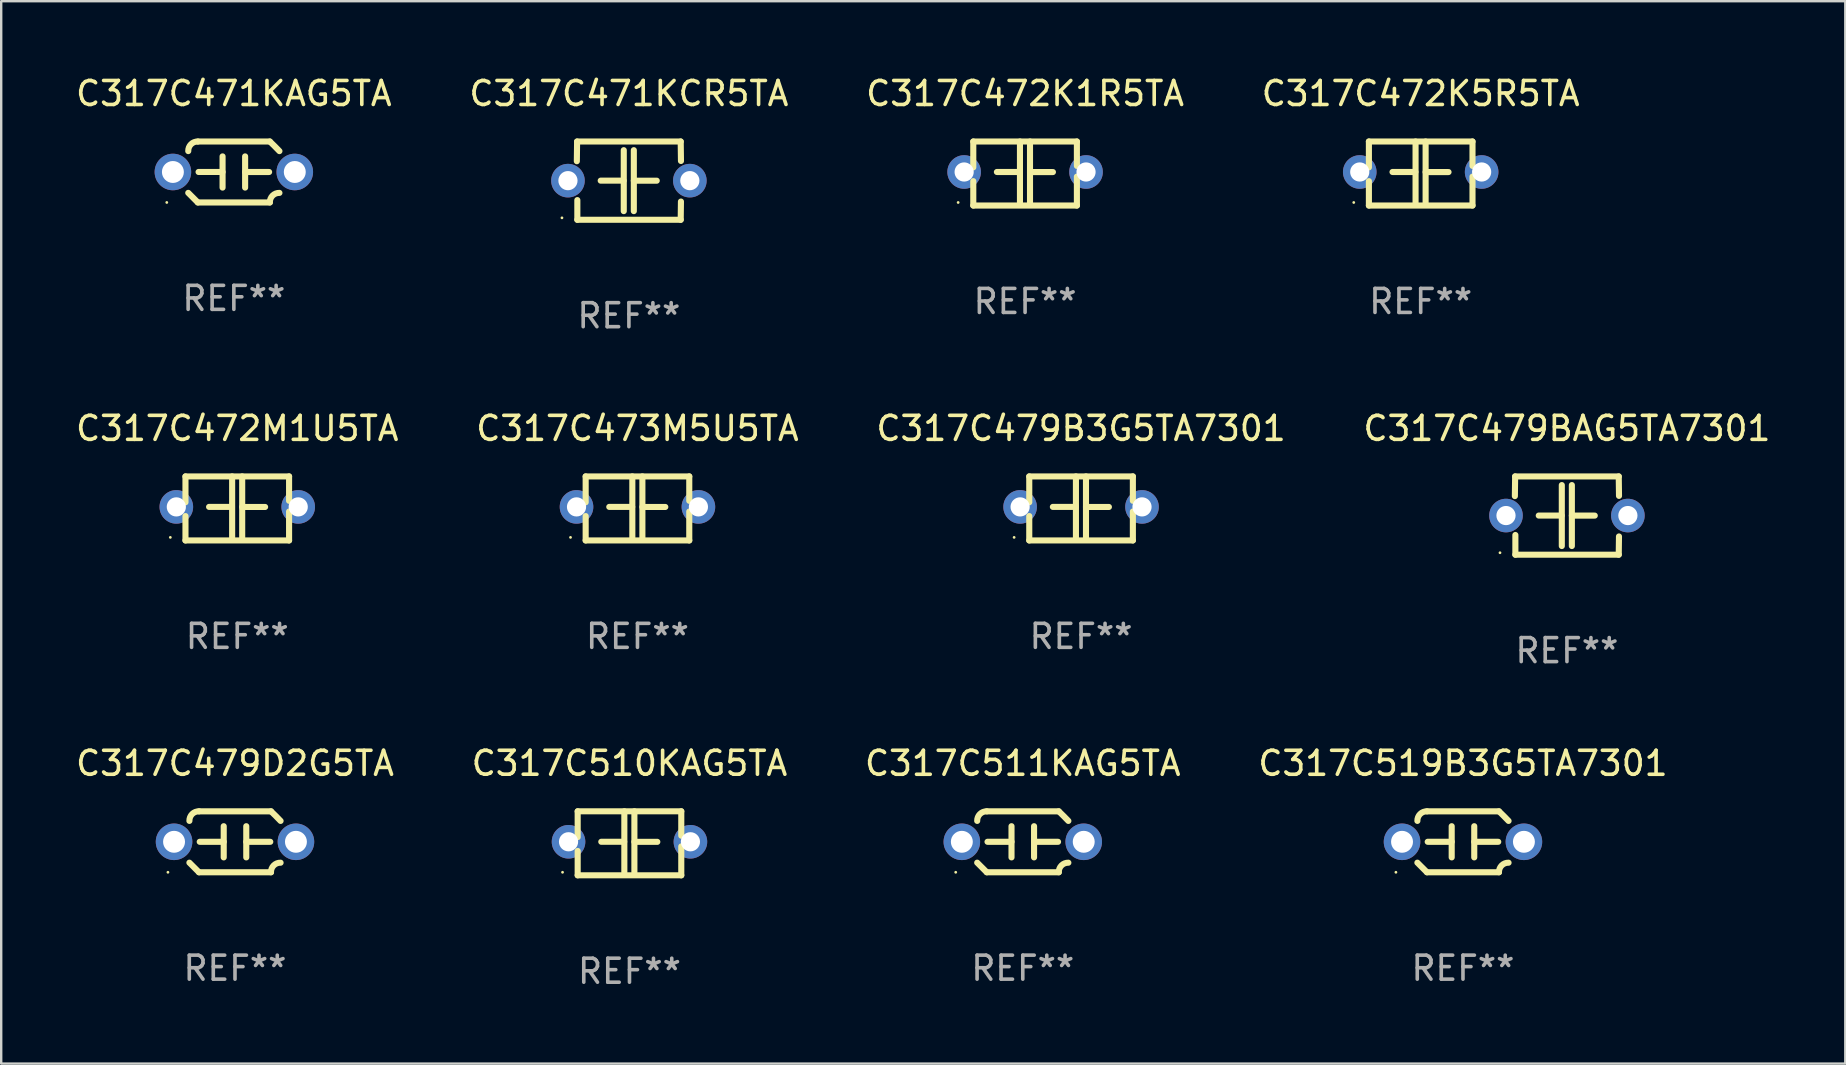
<source format=kicad_pcb>
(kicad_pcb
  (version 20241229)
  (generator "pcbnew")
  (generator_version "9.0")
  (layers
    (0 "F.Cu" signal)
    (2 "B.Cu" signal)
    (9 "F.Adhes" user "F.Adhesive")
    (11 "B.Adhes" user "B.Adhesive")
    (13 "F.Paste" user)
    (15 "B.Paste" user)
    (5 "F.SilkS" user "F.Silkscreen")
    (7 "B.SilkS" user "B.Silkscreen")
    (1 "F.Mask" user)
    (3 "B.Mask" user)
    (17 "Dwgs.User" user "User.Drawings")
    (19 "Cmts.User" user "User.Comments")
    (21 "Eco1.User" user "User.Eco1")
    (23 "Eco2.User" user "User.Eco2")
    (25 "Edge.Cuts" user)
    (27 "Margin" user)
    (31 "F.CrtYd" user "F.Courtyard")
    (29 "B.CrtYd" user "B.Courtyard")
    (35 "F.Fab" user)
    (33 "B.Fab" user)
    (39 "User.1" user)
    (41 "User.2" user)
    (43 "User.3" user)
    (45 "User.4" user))
  (footprint "C317C472K5R5TA"
    (layer "F.Cu")
    (at 56.161 4.182)
    (property "Reference" "C317C472K5R5TA" (at 0 -3.334 0) (layer "F.SilkS") (effects (font (size 1 1) (thickness 0.15))))
    (attr through_hole)
    (fp_line (start -2.159 -1.334) (end 2.159 -1.334) (stroke (width 0.254) (type solid)) (layer "F.SilkS"))
    (fp_line (start -2.159 -0.256) (end -2.159 -1.334) (stroke (width 0.254) (type solid)) (layer "F.SilkS"))
    (fp_line (start -2.159 1.334) (end -2.159 0.318) (stroke (width 0.254) (type solid)) (layer "F.SilkS"))
    (fp_line (start -0.22 -0.064) (end -1.175 -0.064) (stroke (width 0.254) (type solid)) (layer "F.SilkS"))
    (fp_line (start -0.214 -1.334) (end -0.214 1.207) (stroke (width 0.254) (type solid)) (layer "F.SilkS"))
    (fp_line (start 0.205 -1.334) (end 0.205 1.207) (stroke (width 0.254) (type solid)) (layer "F.SilkS"))
    (fp_line (start 0.205 -0.061) (end 1.16 -0.061) (stroke (width 0.254) (type solid)) (layer "F.SilkS"))
    (fp_line (start 2.159 -1.334) (end 2.159 -0.318) (stroke (width 0.254) (type solid)) (layer "F.SilkS"))
    (fp_line (start 2.159 0.129) (end 2.159 1.334) (stroke (width 0.254) (type solid)) (layer "F.SilkS"))
    (fp_line (start 2.159 1.334) (end -2.159 1.334) (stroke (width 0.254) (type solid)) (layer "F.SilkS"))
    (fp_circle (center -2.79 1.207) (end -2.76 1.207) (stroke (width 0.06) (type solid)) (fill no) (layer "F.SilkS"))
    (fp_text user "REF**" (at 0 5.334 0) (layer "F.Fab") (effects (font (size 1 1) (thickness 0.15))))
    (pad "1" thru_hole circle (at -2.54 -0.064) (size 1.4 1.4) (drill 0.8) (layers "*.Cu" "*.Mask"))
    (pad "2" thru_hole circle (at 2.54 -0.064) (size 1.4 1.4) (drill 0.8) (layers "*.Cu" "*.Mask")))
  (footprint "C317C471KAG5TA"
    (layer "F.Cu")
    (at 6.696 4.118)
    (property "Reference" "C317C471KAG5TA" (at 0 -3.27 0) (layer "F.SilkS") (effects (font (size 1 1) (thickness 0.15))))
    (attr through_hole)
    (fp_line (start -1.5 -1.27) (end 1.5 -1.27) (stroke (width 0.254) (type solid)) (layer "F.SilkS"))
    (fp_line (start -0.47 -0.65) (end -0.47 0.65) (stroke (width 0.254) (type solid)) (layer "F.SilkS"))
    (fp_line (start -0.47 -0.000381) (end -1.47 -0.000381) (stroke (width 0.254) (type solid)) (layer "F.SilkS"))
    (fp_line (start 0.47 0.000356) (end 1.47 0.000356) (stroke (width 0.254) (type solid)) (layer "F.SilkS"))
    (fp_line (start 0.47 0.65) (end 0.47 -0.65) (stroke (width 0.254) (type solid)) (layer "F.SilkS"))
    (fp_line (start 1.5 1.27) (end -1.5 1.27) (stroke (width 0.254) (type solid)) (layer "F.SilkS"))
    (fp_arc (start -1.899924 -0.871221) (mid -1.78599 -1.156887) (end -1.5 -1.270003) (stroke (width 0.254001) (type solid)) (layer "F.SilkS"))
    (fp_arc (start -1.501217 1.269929) (mid -1.700682 1.070039) (end -1.9 0.870003) (stroke (width 0.254001) (type solid)) (layer "F.SilkS"))
    (fp_arc (start 1.5 1.270003) (mid 1.614112 0.984517) (end 1.899923 0.871222) (stroke (width 0.254001) (type solid)) (layer "F.SilkS"))
    (fp_arc (start 1.501219 -1.269927) (mid 1.70319 -1.072538) (end 1.9 -0.870003) (stroke (width 0.254001) (type solid)) (layer "F.SilkS"))
    (fp_circle (center -2.795 1.27) (end -2.765 1.27) (stroke (width 0.06) (type solid)) (fill no) (layer "F.SilkS"))
    (fp_text user "REF**" (at 0 5.27 0) (layer "F.Fab") (effects (font (size 1 1) (thickness 0.15))))
    (pad "1" thru_hole circle (at -2.54 0) (size 1.524 1.524) (drill 0.914) (layers "*.Cu" "*.Mask"))
    (pad "2" thru_hole circle (at 2.54 0) (size 1.524 1.524) (drill 0.914) (layers "*.Cu" "*.Mask")))
  (footprint "C317C472M1U5TA"
    (layer "F.Cu")
    (at 6.839 18.14)
    (property "Reference" "C317C472M1U5TA" (at 0 -3.334 0) (layer "F.SilkS") (effects (font (size 1 1) (thickness 0.15))))
    (attr through_hole)
    (fp_line (start -2.159 -1.334) (end 2.159 -1.334) (stroke (width 0.254) (type solid)) (layer "F.SilkS"))
    (fp_line (start -2.159 -0.256) (end -2.159 -1.334) (stroke (width 0.254) (type solid)) (layer "F.SilkS"))
    (fp_line (start -2.159 1.334) (end -2.159 0.318) (stroke (width 0.254) (type solid)) (layer "F.SilkS"))
    (fp_line (start -0.22 -0.064) (end -1.175 -0.064) (stroke (width 0.254) (type solid)) (layer "F.SilkS"))
    (fp_line (start -0.214 -1.334) (end -0.214 1.207) (stroke (width 0.254) (type solid)) (layer "F.SilkS"))
    (fp_line (start 0.205 -1.334) (end 0.205 1.207) (stroke (width 0.254) (type solid)) (layer "F.SilkS"))
    (fp_line (start 0.205 -0.061) (end 1.16 -0.061) (stroke (width 0.254) (type solid)) (layer "F.SilkS"))
    (fp_line (start 2.159 -1.334) (end 2.159 -0.318) (stroke (width 0.254) (type solid)) (layer "F.SilkS"))
    (fp_line (start 2.159 0.129) (end 2.159 1.334) (stroke (width 0.254) (type solid)) (layer "F.SilkS"))
    (fp_line (start 2.159 1.334) (end -2.159 1.334) (stroke (width 0.254) (type solid)) (layer "F.SilkS"))
    (fp_circle (center -2.79 1.207) (end -2.76 1.207) (stroke (width 0.06) (type solid)) (fill no) (layer "F.SilkS"))
    (fp_text user "REF**" (at 0 5.334 0) (layer "F.Fab") (effects (font (size 1 1) (thickness 0.15))))
    (pad "1" thru_hole circle (at -2.54 -0.064) (size 1.4 1.4) (drill 0.8) (layers "*.Cu" "*.Mask"))
    (pad "2" thru_hole circle (at 2.54 -0.064) (size 1.4 1.4) (drill 0.8) (layers "*.Cu" "*.Mask")))
  (footprint "C317C479D2G5TA"
    (layer "F.Cu")
    (at 6.744 32.034)
    (property "Reference" "C317C479D2G5TA" (at 0 -3.27 0) (layer "F.SilkS") (effects (font (size 1 1) (thickness 0.15))))
    (attr through_hole)
    (fp_line (start -1.5 -1.27) (end 1.5 -1.27) (stroke (width 0.254) (type solid)) (layer "F.SilkS"))
    (fp_line (start -0.47 -0.65) (end -0.47 0.65) (stroke (width 0.254) (type solid)) (layer "F.SilkS"))
    (fp_line (start -0.47 -0.000381) (end -1.47 -0.000381) (stroke (width 0.254) (type solid)) (layer "F.SilkS"))
    (fp_line (start 0.47 0.000356) (end 1.47 0.000356) (stroke (width 0.254) (type solid)) (layer "F.SilkS"))
    (fp_line (start 0.47 0.65) (end 0.47 -0.65) (stroke (width 0.254) (type solid)) (layer "F.SilkS"))
    (fp_line (start 1.5 1.27) (end -1.5 1.27) (stroke (width 0.254) (type solid)) (layer "F.SilkS"))
    (fp_arc (start -1.899924 -0.871221) (mid -1.78599 -1.156887) (end -1.5 -1.270003) (stroke (width 0.254001) (type solid)) (layer "F.SilkS"))
    (fp_arc (start -1.501217 1.269929) (mid -1.700682 1.070039) (end -1.9 0.870003) (stroke (width 0.254001) (type solid)) (layer "F.SilkS"))
    (fp_arc (start 1.5 1.270003) (mid 1.614112 0.984517) (end 1.899923 0.871222) (stroke (width 0.254001) (type solid)) (layer "F.SilkS"))
    (fp_arc (start 1.501219 -1.269927) (mid 1.70319 -1.072538) (end 1.9 -0.870003) (stroke (width 0.254001) (type solid)) (layer "F.SilkS"))
    (fp_circle (center -2.795 1.27) (end -2.765 1.27) (stroke (width 0.06) (type solid)) (fill no) (layer "F.SilkS"))
    (fp_text user "REF**" (at 0 5.27 0) (layer "F.Fab") (effects (font (size 1 1) (thickness 0.15))))
    (pad "1" thru_hole circle (at -2.54 0) (size 1.524 1.524) (drill 0.914) (layers "*.Cu" "*.Mask"))
    (pad "2" thru_hole circle (at 2.54 0) (size 1.524 1.524) (drill 0.914) (layers "*.Cu" "*.Mask")))
  (footprint "C317C510KAG5TA"
    (layer "F.Cu")
    (at 23.185 32.097)
    (property "Reference" "C317C510KAG5TA" (at 0 -3.334 0) (layer "F.SilkS") (effects (font (size 1 1) (thickness 0.15))))
    (attr through_hole)
    (fp_line (start -2.159 -1.334) (end 2.159 -1.334) (stroke (width 0.254) (type solid)) (layer "F.SilkS"))
    (fp_line (start -2.159 -0.256) (end -2.159 -1.334) (stroke (width 0.254) (type solid)) (layer "F.SilkS"))
    (fp_line (start -2.159 1.334) (end -2.159 0.318) (stroke (width 0.254) (type solid)) (layer "F.SilkS"))
    (fp_line (start -0.22 -0.064) (end -1.175 -0.064) (stroke (width 0.254) (type solid)) (layer "F.SilkS"))
    (fp_line (start -0.214 -1.334) (end -0.214 1.207) (stroke (width 0.254) (type solid)) (layer "F.SilkS"))
    (fp_line (start 0.205 -1.334) (end 0.205 1.207) (stroke (width 0.254) (type solid)) (layer "F.SilkS"))
    (fp_line (start 0.205 -0.061) (end 1.16 -0.061) (stroke (width 0.254) (type solid)) (layer "F.SilkS"))
    (fp_line (start 2.159 -1.334) (end 2.159 -0.318) (stroke (width 0.254) (type solid)) (layer "F.SilkS"))
    (fp_line (start 2.159 0.129) (end 2.159 1.334) (stroke (width 0.254) (type solid)) (layer "F.SilkS"))
    (fp_line (start 2.159 1.334) (end -2.159 1.334) (stroke (width 0.254) (type solid)) (layer "F.SilkS"))
    (fp_circle (center -2.79 1.207) (end -2.76 1.207) (stroke (width 0.06) (type solid)) (fill no) (layer "F.SilkS"))
    (fp_text user "REF**" (at 0 5.334 0) (layer "F.Fab") (effects (font (size 1 1) (thickness 0.15))))
    (pad "1" thru_hole circle (at -2.54 -0.064) (size 1.4 1.4) (drill 0.8) (layers "*.Cu" "*.Mask"))
    (pad "2" thru_hole circle (at 2.54 -0.064) (size 1.4 1.4) (drill 0.8) (layers "*.Cu" "*.Mask")))
  (footprint "C317C473M5U5TA"
    (layer "F.Cu")
    (at 23.518 18.14)
    (property "Reference" "C317C473M5U5TA" (at 0 -3.334 0) (layer "F.SilkS") (effects (font (size 1 1) (thickness 0.15))))
    (attr through_hole)
    (fp_line (start -2.159 -1.334) (end 2.159 -1.334) (stroke (width 0.254) (type solid)) (layer "F.SilkS"))
    (fp_line (start -2.159 -0.256) (end -2.159 -1.334) (stroke (width 0.254) (type solid)) (layer "F.SilkS"))
    (fp_line (start -2.159 1.334) (end -2.159 0.318) (stroke (width 0.254) (type solid)) (layer "F.SilkS"))
    (fp_line (start -0.22 -0.064) (end -1.175 -0.064) (stroke (width 0.254) (type solid)) (layer "F.SilkS"))
    (fp_line (start -0.214 -1.334) (end -0.214 1.207) (stroke (width 0.254) (type solid)) (layer "F.SilkS"))
    (fp_line (start 0.205 -1.334) (end 0.205 1.207) (stroke (width 0.254) (type solid)) (layer "F.SilkS"))
    (fp_line (start 0.205 -0.061) (end 1.16 -0.061) (stroke (width 0.254) (type solid)) (layer "F.SilkS"))
    (fp_line (start 2.159 -1.334) (end 2.159 -0.318) (stroke (width 0.254) (type solid)) (layer "F.SilkS"))
    (fp_line (start 2.159 0.129) (end 2.159 1.334) (stroke (width 0.254) (type solid)) (layer "F.SilkS"))
    (fp_line (start 2.159 1.334) (end -2.159 1.334) (stroke (width 0.254) (type solid)) (layer "F.SilkS"))
    (fp_circle (center -2.79 1.207) (end -2.76 1.207) (stroke (width 0.06) (type solid)) (fill no) (layer "F.SilkS"))
    (fp_text user "REF**" (at 0 5.334 0) (layer "F.Fab") (effects (font (size 1 1) (thickness 0.15))))
    (pad "1" thru_hole circle (at -2.54 -0.064) (size 1.4 1.4) (drill 0.8) (layers "*.Cu" "*.Mask"))
    (pad "2" thru_hole circle (at 2.54 -0.064) (size 1.4 1.4) (drill 0.8) (layers "*.Cu" "*.Mask")))
  (footprint "C317C479B3G5TA7301"
    (layer "F.Cu")
    (at 42.006 18.14)
    (property "Reference" "C317C479B3G5TA7301" (at 0 -3.334 0) (layer "F.SilkS") (effects (font (size 1 1) (thickness 0.15))))
    (attr through_hole)
    (fp_line (start -2.159 -1.334) (end 2.159 -1.334) (stroke (width 0.254) (type solid)) (layer "F.SilkS"))
    (fp_line (start -2.159 -0.256) (end -2.159 -1.334) (stroke (width 0.254) (type solid)) (layer "F.SilkS"))
    (fp_line (start -2.159 1.334) (end -2.159 0.318) (stroke (width 0.254) (type solid)) (layer "F.SilkS"))
    (fp_line (start -0.22 -0.064) (end -1.175 -0.064) (stroke (width 0.254) (type solid)) (layer "F.SilkS"))
    (fp_line (start -0.214 -1.334) (end -0.214 1.207) (stroke (width 0.254) (type solid)) (layer "F.SilkS"))
    (fp_line (start 0.205 -1.334) (end 0.205 1.207) (stroke (width 0.254) (type solid)) (layer "F.SilkS"))
    (fp_line (start 0.205 -0.061) (end 1.16 -0.061) (stroke (width 0.254) (type solid)) (layer "F.SilkS"))
    (fp_line (start 2.159 -1.334) (end 2.159 -0.318) (stroke (width 0.254) (type solid)) (layer "F.SilkS"))
    (fp_line (start 2.159 0.129) (end 2.159 1.334) (stroke (width 0.254) (type solid)) (layer "F.SilkS"))
    (fp_line (start 2.159 1.334) (end -2.159 1.334) (stroke (width 0.254) (type solid)) (layer "F.SilkS"))
    (fp_circle (center -2.79 1.207) (end -2.76 1.207) (stroke (width 0.06) (type solid)) (fill no) (layer "F.SilkS"))
    (fp_text user "REF**" (at 0 5.334 0) (layer "F.Fab") (effects (font (size 1 1) (thickness 0.15))))
    (pad "1" thru_hole circle (at -2.54 -0.064) (size 1.4 1.4) (drill 0.8) (layers "*.Cu" "*.Mask"))
    (pad "2" thru_hole circle (at 2.54 -0.064) (size 1.4 1.4) (drill 0.8) (layers "*.Cu" "*.Mask")))
  (footprint "C317C519B3G5TA7301"
    (layer "F.Cu")
    (at 57.923 32.034)
    (property "Reference" "C317C519B3G5TA7301" (at 0 -3.27 0) (layer "F.SilkS") (effects (font (size 1 1) (thickness 0.15))))
    (attr through_hole)
    (fp_line (start -1.5 -1.27) (end 1.5 -1.27) (stroke (width 0.254) (type solid)) (layer "F.SilkS"))
    (fp_line (start -0.47 -0.65) (end -0.47 0.65) (stroke (width 0.254) (type solid)) (layer "F.SilkS"))
    (fp_line (start -0.47 -0.000381) (end -1.47 -0.000381) (stroke (width 0.254) (type solid)) (layer "F.SilkS"))
    (fp_line (start 0.47 0.000356) (end 1.47 0.000356) (stroke (width 0.254) (type solid)) (layer "F.SilkS"))
    (fp_line (start 0.47 0.65) (end 0.47 -0.65) (stroke (width 0.254) (type solid)) (layer "F.SilkS"))
    (fp_line (start 1.5 1.27) (end -1.5 1.27) (stroke (width 0.254) (type solid)) (layer "F.SilkS"))
    (fp_arc (start -1.899924 -0.871221) (mid -1.78599 -1.156887) (end -1.5 -1.270003) (stroke (width 0.254001) (type solid)) (layer "F.SilkS"))
    (fp_arc (start -1.501217 1.269929) (mid -1.700682 1.070039) (end -1.9 0.870003) (stroke (width 0.254001) (type solid)) (layer "F.SilkS"))
    (fp_arc (start 1.5 1.270003) (mid 1.614112 0.984517) (end 1.899923 0.871222) (stroke (width 0.254001) (type solid)) (layer "F.SilkS"))
    (fp_arc (start 1.501219 -1.269927) (mid 1.70319 -1.072538) (end 1.9 -0.870003) (stroke (width 0.254001) (type solid)) (layer "F.SilkS"))
    (fp_circle (center -2.795 1.27) (end -2.765 1.27) (stroke (width 0.06) (type solid)) (fill no) (layer "F.SilkS"))
    (fp_text user "REF**" (at 0 5.27 0) (layer "F.Fab") (effects (font (size 1 1) (thickness 0.15))))
    (pad "1" thru_hole circle (at -2.54 0) (size 1.524 1.524) (drill 0.914) (layers "*.Cu" "*.Mask"))
    (pad "2" thru_hole circle (at 2.54 0) (size 1.524 1.524) (drill 0.914) (layers "*.Cu" "*.Mask")))
  (footprint "C317C472K1R5TA"
    (layer "F.Cu")
    (at 39.673 4.182)
    (property "Reference" "C317C472K1R5TA" (at 0 -3.334 0) (layer "F.SilkS") (effects (font (size 1 1) (thickness 0.15))))
    (attr through_hole)
    (fp_line (start -2.159 -1.334) (end 2.159 -1.334) (stroke (width 0.254) (type solid)) (layer "F.SilkS"))
    (fp_line (start -2.159 -0.256) (end -2.159 -1.334) (stroke (width 0.254) (type solid)) (layer "F.SilkS"))
    (fp_line (start -2.159 1.334) (end -2.159 0.318) (stroke (width 0.254) (type solid)) (layer "F.SilkS"))
    (fp_line (start -0.22 -0.064) (end -1.175 -0.064) (stroke (width 0.254) (type solid)) (layer "F.SilkS"))
    (fp_line (start -0.214 -1.334) (end -0.214 1.207) (stroke (width 0.254) (type solid)) (layer "F.SilkS"))
    (fp_line (start 0.205 -1.334) (end 0.205 1.207) (stroke (width 0.254) (type solid)) (layer "F.SilkS"))
    (fp_line (start 0.205 -0.061) (end 1.16 -0.061) (stroke (width 0.254) (type solid)) (layer "F.SilkS"))
    (fp_line (start 2.159 -1.334) (end 2.159 -0.318) (stroke (width 0.254) (type solid)) (layer "F.SilkS"))
    (fp_line (start 2.159 0.129) (end 2.159 1.334) (stroke (width 0.254) (type solid)) (layer "F.SilkS"))
    (fp_line (start 2.159 1.334) (end -2.159 1.334) (stroke (width 0.254) (type solid)) (layer "F.SilkS"))
    (fp_circle (center -2.79 1.207) (end -2.76 1.207) (stroke (width 0.06) (type solid)) (fill no) (layer "F.SilkS"))
    (fp_text user "REF**" (at 0 5.334 0) (layer "F.Fab") (effects (font (size 1 1) (thickness 0.15))))
    (pad "1" thru_hole circle (at -2.54 -0.064) (size 1.4 1.4) (drill 0.8) (layers "*.Cu" "*.Mask"))
    (pad "2" thru_hole circle (at 2.54 -0.064) (size 1.4 1.4) (drill 0.8) (layers "*.Cu" "*.Mask")))
  (footprint "C317C471KCR5TA"
    (layer "F.Cu")
    (at 23.161 4.479)
    (property "Reference" "C317C471KCR5TA" (at 0 -3.631 0) (layer "F.SilkS") (effects (font (size 1 1) (thickness 0.15))))
    (attr through_hole)
    (fp_line (start -2.17 -0.81) (end -2.159 -1.631) (stroke (width 0.254) (type solid)) (layer "F.SilkS"))
    (fp_line (start -2.159 -1.631) (end 2.159 -1.631) (stroke (width 0.254) (type solid)) (layer "F.SilkS"))
    (fp_line (start -2.149 1.631) (end -2.149 0.81) (stroke (width 0.254) (type solid)) (layer "F.SilkS"))
    (fp_line (start -0.22 0) (end -1.175 0) (stroke (width 0.254) (type solid)) (layer "F.SilkS"))
    (fp_line (start -0.214 -1.27) (end -0.214 1.27) (stroke (width 0.254) (type solid)) (layer "F.SilkS"))
    (fp_line (start 0.205 -1.27) (end 0.205 1.27) (stroke (width 0.254) (type solid)) (layer "F.SilkS"))
    (fp_line (start 0.205 0.002) (end 1.16 0.002) (stroke (width 0.254) (type solid)) (layer "F.SilkS"))
    (fp_line (start 2.159 -1.631) (end 2.17 -0.82) (stroke (width 0.254) (type solid)) (layer "F.SilkS"))
    (fp_line (start 2.159 1.631) (end -2.149 1.631) (stroke (width 0.254) (type solid)) (layer "F.SilkS"))
    (fp_line (start 2.169 0.871) (end 2.159 1.631) (stroke (width 0.254) (type solid)) (layer "F.SilkS"))
    (fp_circle (center -2.79 1.55) (end -2.76 1.55) (stroke (width 0.06) (type solid)) (fill no) (layer "F.SilkS"))
    (fp_text user "REF**" (at 0 5.631 0) (layer "F.Fab") (effects (font (size 1 1) (thickness 0.15))))
    (pad "1" thru_hole circle (at -2.54 0) (size 1.4 1.4) (drill 0.8) (layers "*.Cu" "*.Mask"))
    (pad "2" thru_hole circle (at 2.54 0) (size 1.4 1.4) (drill 0.8) (layers "*.Cu" "*.Mask")))
  (footprint "C317C479BAG5TA7301"
    (layer "F.Cu")
    (at 62.256 18.437)
    (property "Reference" "C317C479BAG5TA7301" (at 0 -3.631 0) (layer "F.SilkS") (effects (font (size 1 1) (thickness 0.15))))
    (attr through_hole)
    (fp_line (start -2.17 -0.81) (end -2.159 -1.631) (stroke (width 0.254) (type solid)) (layer "F.SilkS"))
    (fp_line (start -2.159 -1.631) (end 2.159 -1.631) (stroke (width 0.254) (type solid)) (layer "F.SilkS"))
    (fp_line (start -2.149 1.631) (end -2.149 0.81) (stroke (width 0.254) (type solid)) (layer "F.SilkS"))
    (fp_line (start -0.22 0) (end -1.175 0) (stroke (width 0.254) (type solid)) (layer "F.SilkS"))
    (fp_line (start -0.214 -1.27) (end -0.214 1.27) (stroke (width 0.254) (type solid)) (layer "F.SilkS"))
    (fp_line (start 0.205 -1.27) (end 0.205 1.27) (stroke (width 0.254) (type solid)) (layer "F.SilkS"))
    (fp_line (start 0.205 0.002) (end 1.16 0.002) (stroke (width 0.254) (type solid)) (layer "F.SilkS"))
    (fp_line (start 2.159 -1.631) (end 2.17 -0.82) (stroke (width 0.254) (type solid)) (layer "F.SilkS"))
    (fp_line (start 2.159 1.631) (end -2.149 1.631) (stroke (width 0.254) (type solid)) (layer "F.SilkS"))
    (fp_line (start 2.169 0.871) (end 2.159 1.631) (stroke (width 0.254) (type solid)) (layer "F.SilkS"))
    (fp_circle (center -2.79 1.55) (end -2.76 1.55) (stroke (width 0.06) (type solid)) (fill no) (layer "F.SilkS"))
    (fp_text user "REF**" (at 0 5.631 0) (layer "F.Fab") (effects (font (size 1 1) (thickness 0.15))))
    (pad "1" thru_hole circle (at -2.54 0) (size 1.4 1.4) (drill 0.8) (layers "*.Cu" "*.Mask"))
    (pad "2" thru_hole circle (at 2.54 0) (size 1.4 1.4) (drill 0.8) (layers "*.Cu" "*.Mask")))
  (footprint "C317C511KAG5TA"
    (layer "F.Cu")
    (at 39.577 32.034)
    (property "Reference" "C317C511KAG5TA" (at 0 -3.27 0) (layer "F.SilkS") (effects (font (size 1 1) (thickness 0.15))))
    (attr through_hole)
    (fp_line (start -1.5 -1.27) (end 1.5 -1.27) (stroke (width 0.254) (type solid)) (layer "F.SilkS"))
    (fp_line (start -0.47 -0.65) (end -0.47 0.65) (stroke (width 0.254) (type solid)) (layer "F.SilkS"))
    (fp_line (start -0.47 -0.000381) (end -1.47 -0.000381) (stroke (width 0.254) (type solid)) (layer "F.SilkS"))
    (fp_line (start 0.47 0.000356) (end 1.47 0.000356) (stroke (width 0.254) (type solid)) (layer "F.SilkS"))
    (fp_line (start 0.47 0.65) (end 0.47 -0.65) (stroke (width 0.254) (type solid)) (layer "F.SilkS"))
    (fp_line (start 1.5 1.27) (end -1.5 1.27) (stroke (width 0.254) (type solid)) (layer "F.SilkS"))
    (fp_arc (start -1.899924 -0.871221) (mid -1.78599 -1.156887) (end -1.5 -1.270003) (stroke (width 0.254001) (type solid)) (layer "F.SilkS"))
    (fp_arc (start -1.501217 1.269929) (mid -1.700682 1.070039) (end -1.9 0.870003) (stroke (width 0.254001) (type solid)) (layer "F.SilkS"))
    (fp_arc (start 1.5 1.270003) (mid 1.614112 0.984517) (end 1.899923 0.871222) (stroke (width 0.254001) (type solid)) (layer "F.SilkS"))
    (fp_arc (start 1.501219 -1.269927) (mid 1.70319 -1.072538) (end 1.9 -0.870003) (stroke (width 0.254001) (type solid)) (layer "F.SilkS"))
    (fp_circle (center -2.795 1.27) (end -2.765 1.27) (stroke (width 0.06) (type solid)) (fill no) (layer "F.SilkS"))
    (fp_text user "REF**" (at 0 5.27 0) (layer "F.Fab") (effects (font (size 1 1) (thickness 0.15))))
    (pad "1" thru_hole circle (at -2.54 0) (size 1.524 1.524) (drill 0.914) (layers "*.Cu" "*.Mask"))
    (pad "2" thru_hole circle (at 2.54 0) (size 1.524 1.524) (drill 0.914) (layers "*.Cu" "*.Mask")))
  (gr_rect
    (start -3 -3)
    (end 73.857 41.279)
    (stroke (width 0.1) (type default))
    (fill no)
    (layer "Edge.Cuts")))
</source>
